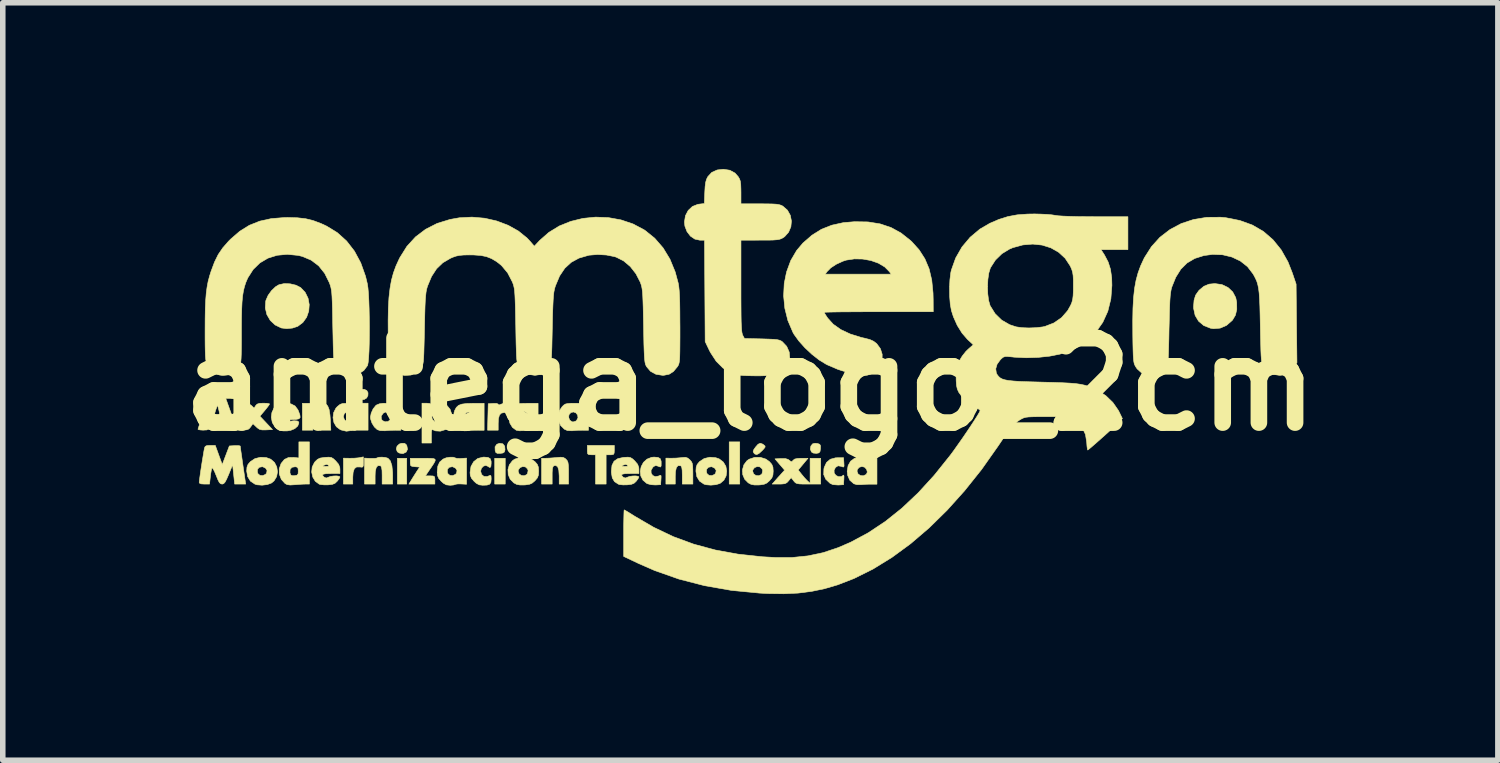
<source format=kicad_pcb>
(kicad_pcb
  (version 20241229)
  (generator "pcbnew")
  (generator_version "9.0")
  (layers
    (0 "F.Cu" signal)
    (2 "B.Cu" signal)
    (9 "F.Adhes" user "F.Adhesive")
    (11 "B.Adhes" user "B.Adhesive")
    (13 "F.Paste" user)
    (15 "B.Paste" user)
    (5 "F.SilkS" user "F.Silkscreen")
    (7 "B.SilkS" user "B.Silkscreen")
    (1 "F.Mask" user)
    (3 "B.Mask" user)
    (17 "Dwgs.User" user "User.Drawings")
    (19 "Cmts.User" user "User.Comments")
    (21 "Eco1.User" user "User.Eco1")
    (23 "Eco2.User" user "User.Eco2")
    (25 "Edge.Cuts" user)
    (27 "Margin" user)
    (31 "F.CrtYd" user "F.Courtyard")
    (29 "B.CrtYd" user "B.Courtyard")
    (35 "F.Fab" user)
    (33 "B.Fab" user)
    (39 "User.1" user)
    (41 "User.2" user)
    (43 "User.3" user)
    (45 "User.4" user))
  (footprint "amtega_logo_2cm"
    (layer "F.Cu")
    (at 10.494 3.889)
    (property "Reference" "amtega_logo_2cm" (at 0 0 0) (layer "F.SilkS") (effects (font (size 1.524 1.524) (thickness 0.3))))
    (attr through_hole)
    (fp_poly (pts (xy -6.9 0.826) (xy -7.091 0.826) (xy -7.091 0.339) (xy -6.9 0.339) (xy -6.9 0.826)) (stroke (width 0.01) (type solid)) (fill yes) (layer "F.SilkS"))
    (fp_poly (pts (xy -6.202 1.799) (xy -6.371 1.799) (xy -6.371 1.333) (xy -6.202 1.333) (xy -6.202 1.799)) (stroke (width 0.01) (type solid)) (fill yes) (layer "F.SilkS"))
    (fp_poly (pts (xy -4.424 1.799) (xy -4.614 1.799) (xy -4.614 1.333) (xy -4.424 1.333) (xy -4.424 1.799)) (stroke (width 0.01) (type solid)) (fill yes) (layer "F.SilkS"))
    (fp_poly (pts (xy -0.191 1.799) (xy -0.381 1.799) (xy -0.381 1.037) (xy -0.191 1.037) (xy -0.191 1.799)) (stroke (width 0.01) (type solid)) (fill yes) (layer "F.SilkS"))
    (fp_poly (pts (xy -4.468 1.072) (xy -4.434 1.114) (xy -4.428 1.179) (xy -4.438 1.219) (xy -4.465 1.238) (xy -4.513 1.245) (xy -4.566 1.245) (xy -4.593 1.23) (xy -4.606 1.194) (xy -4.608 1.126) (xy -4.575 1.08) (xy -4.526 1.063) (xy -4.468 1.072)) (stroke (width 0.01) (type solid)) (fill yes) (layer "F.SilkS"))
    (fp_poly (pts (xy -6.923 0.11) (xy -6.901 0.151) (xy -6.903 0.201) (xy -6.926 0.245) (xy -6.97 0.272) (xy -6.994 0.275) (xy -7.043 0.264) (xy -7.065 0.25) (xy -7.088 0.202) (xy -7.084 0.145) (xy -7.06 0.107) (xy -7.018 0.09) (xy -6.97 0.088) (xy -6.923 0.11)) (stroke (width 0.01) (type solid)) (fill yes) (layer "F.SilkS"))
    (fp_poly (pts (xy -6.239 1.064) (xy -6.209 1.09) (xy -6.2 1.107) (xy -6.188 1.171) (xy -6.212 1.221) (xy -6.264 1.247) (xy -6.285 1.249) (xy -6.339 1.238) (xy -6.372 1.216) (xy -6.391 1.166) (xy -6.377 1.115) (xy -6.336 1.076) (xy -6.292 1.062) (xy -6.239 1.064)) (stroke (width 0.01) (type solid)) (fill yes) (layer "F.SilkS"))
    (fp_poly (pts (xy 1.215 1.067) (xy 1.253 1.081) (xy 1.267 1.108) (xy 1.266 1.16) (xy 1.258 1.212) (xy 1.237 1.236) (xy 1.194 1.245) (xy 1.135 1.239) (xy 1.103 1.219) (xy 1.083 1.168) (xy 1.093 1.112) (xy 1.124 1.073) (xy 1.169 1.062) (xy 1.215 1.067)) (stroke (width 0.01) (type solid)) (fill yes) (layer "F.SilkS"))
    (fp_poly (pts (xy -4.013 1.076) (xy -3.991 1.091) (xy -3.968 1.111) (xy -3.966 1.131) (xy -3.989 1.162) (xy -4.022 1.196) (xy -4.078 1.248) (xy -4.119 1.267) (xy -4.152 1.256) (xy -4.17 1.238) (xy -4.182 1.212) (xy -4.171 1.178) (xy -4.14 1.132) (xy -4.093 1.08) (xy -4.054 1.062) (xy -4.013 1.076)) (stroke (width 0.01) (type solid)) (fill yes) (layer "F.SilkS"))
    (fp_poly (pts (xy 0.22 1.076) (xy 0.242 1.091) (xy 0.265 1.111) (xy 0.267 1.131) (xy 0.244 1.162) (xy 0.212 1.196) (xy 0.155 1.248) (xy 0.114 1.267) (xy 0.081 1.256) (xy 0.064 1.238) (xy 0.051 1.212) (xy 0.062 1.178) (xy 0.094 1.132) (xy 0.14 1.08) (xy 0.179 1.062) (xy 0.22 1.076)) (stroke (width 0.01) (type solid)) (fill yes) (layer "F.SilkS"))
    (fp_poly (pts (xy -2.455 1.185) (xy -2.458 1.24) (xy -2.471 1.264) (xy -2.508 1.27) (xy -2.529 1.27) (xy -2.603 1.27) (xy -2.603 1.799) (xy -2.794 1.799) (xy -2.794 1.27) (xy -2.868 1.27) (xy -2.916 1.267) (xy -2.937 1.252) (xy -2.942 1.21) (xy -2.942 1.185) (xy -2.942 1.101) (xy -2.455 1.101) (xy -2.455 1.185)) (stroke (width 0.01) (type solid)) (fill yes) (layer "F.SilkS"))
    (fp_poly (pts (xy -6.985 1.405) (xy -6.986 1.464) (xy -6.995 1.49) (xy -7.019 1.494) (xy -7.045 1.49) (xy -7.107 1.49) (xy -7.148 1.522) (xy -7.17 1.589) (xy -7.176 1.674) (xy -7.176 1.799) (xy -7.345 1.799) (xy -7.345 1.331) (xy -7.234 1.333) (xy -7.154 1.332) (xy -7.08 1.326) (xy -7.054 1.322) (xy -6.985 1.308) (xy -6.985 1.405)) (stroke (width 0.01) (type solid)) (fill yes) (layer "F.SilkS"))
    (fp_poly (pts (xy -4.397 0.345) (xy -4.384 0.373) (xy -4.381 0.423) (xy -4.384 0.478) (xy -4.398 0.502) (xy -4.431 0.508) (xy -4.444 0.508) (xy -4.496 0.519) (xy -4.529 0.554) (xy -4.547 0.62) (xy -4.551 0.708) (xy -4.551 0.826) (xy -4.743 0.826) (xy -4.731 0.349) (xy -4.641 0.343) (xy -4.581 0.343) (xy -4.552 0.355) (xy -4.551 0.359) (xy -4.539 0.372) (xy -4.51 0.361) (xy -4.455 0.342) (xy -4.425 0.339) (xy -4.397 0.345)) (stroke (width 0.01) (type solid)) (fill yes) (layer "F.SilkS"))
    (fp_poly (pts (xy -8.307 -1.816) (xy -8.201 -1.791) (xy -8.117 -1.748) (xy -8.035 -1.661) (xy -7.983 -1.555) (xy -7.962 -1.44) (xy -7.971 -1.323) (xy -8.009 -1.213) (xy -8.076 -1.119) (xy -8.17 -1.048) (xy -8.264 -1.017) (xy -8.37 -1.007) (xy -8.466 -1.019) (xy -8.578 -1.073) (xy -8.666 -1.156) (xy -8.727 -1.261) (xy -8.755 -1.38) (xy -8.747 -1.505) (xy -8.742 -1.522) (xy -8.704 -1.608) (xy -8.642 -1.694) (xy -8.568 -1.764) (xy -8.509 -1.799) (xy -8.415 -1.82) (xy -8.307 -1.816)) (stroke (width 0.01) (type solid)) (fill yes) (layer "F.SilkS"))
    (fp_poly (pts (xy 8.513 -1.802) (xy 8.622 -1.75) (xy 8.707 -1.67) (xy 8.762 -1.567) (xy 8.779 -1.484) (xy 8.781 -1.354) (xy 8.757 -1.251) (xy 8.705 -1.163) (xy 8.695 -1.152) (xy 8.595 -1.065) (xy 8.481 -1.016) (xy 8.36 -1.006) (xy 8.305 -1.015) (xy 8.184 -1.063) (xy 8.091 -1.142) (xy 8.029 -1.246) (xy 8.002 -1.372) (xy 8.001 -1.404) (xy 8.01 -1.52) (xy 8.038 -1.611) (xy 8.092 -1.688) (xy 8.103 -1.701) (xy 8.188 -1.772) (xy 8.281 -1.81) (xy 8.386 -1.82) (xy 8.513 -1.802)) (stroke (width 0.01) (type solid)) (fill yes) (layer "F.SilkS"))
    (fp_poly (pts (xy -7.777 0.342) (xy -7.713 0.345) (xy -7.674 0.352) (xy -7.649 0.366) (xy -7.631 0.388) (xy -7.626 0.396) (xy -7.603 0.454) (xy -7.588 0.55) (xy -7.581 0.638) (xy -7.572 0.826) (xy -7.766 0.826) (xy -7.773 0.661) (xy -7.776 0.579) (xy -7.782 0.53) (xy -7.793 0.506) (xy -7.812 0.498) (xy -7.832 0.497) (xy -7.858 0.5) (xy -7.875 0.512) (xy -7.883 0.543) (xy -7.888 0.601) (xy -7.891 0.661) (xy -7.897 0.826) (xy -8.086 0.826) (xy -8.086 0.341) (xy -7.874 0.341) (xy -7.777 0.342)) (stroke (width 0.01) (type solid)) (fill yes) (layer "F.SilkS"))
    (fp_poly (pts (xy -6.587 1.319) (xy -6.541 1.333) (xy -6.498 1.38) (xy -6.47 1.466) (xy -6.457 1.591) (xy -6.456 1.644) (xy -6.456 1.799) (xy -6.646 1.799) (xy -6.646 1.64) (xy -6.648 1.553) (xy -6.656 1.5) (xy -6.67 1.473) (xy -6.678 1.468) (xy -6.723 1.466) (xy -6.753 1.501) (xy -6.77 1.575) (xy -6.773 1.654) (xy -6.773 1.799) (xy -6.964 1.799) (xy -6.964 1.33) (xy -6.858 1.336) (xy -6.795 1.336) (xy -6.75 1.332) (xy -6.739 1.327) (xy -6.705 1.315) (xy -6.648 1.313) (xy -6.587 1.319)) (stroke (width 0.01) (type solid)) (fill yes) (layer "F.SilkS"))
    (fp_poly (pts (xy -1.129 1.33) (xy -1.091 1.362) (xy -1.065 1.391) (xy -1.049 1.423) (xy -1.041 1.467) (xy -1.038 1.535) (xy -1.037 1.608) (xy -1.037 1.799) (xy -1.228 1.799) (xy -1.228 1.64) (xy -1.23 1.553) (xy -1.237 1.5) (xy -1.251 1.473) (xy -1.26 1.468) (xy -1.305 1.466) (xy -1.335 1.501) (xy -1.351 1.575) (xy -1.355 1.654) (xy -1.355 1.799) (xy -1.524 1.799) (xy -1.524 1.331) (xy -1.423 1.332) (xy -1.339 1.33) (xy -1.253 1.323) (xy -1.234 1.32) (xy -1.171 1.316) (xy -1.129 1.33)) (stroke (width 0.01) (type solid)) (fill yes) (layer "F.SilkS"))
    (fp_poly (pts (xy -5.795 1.334) (xy -5.725 1.337) (xy -5.691 1.35) (xy -5.688 1.378) (xy -5.713 1.426) (xy -5.762 1.5) (xy -5.779 1.524) (xy -5.865 1.651) (xy -5.779 1.651) (xy -5.725 1.653) (xy -5.7 1.667) (xy -5.694 1.702) (xy -5.694 1.725) (xy -5.694 1.799) (xy -6.163 1.799) (xy -6.115 1.72) (xy -6.07 1.648) (xy -6.024 1.576) (xy -6.018 1.566) (xy -5.968 1.492) (xy -6.053 1.486) (xy -6.108 1.479) (xy -6.132 1.463) (xy -6.138 1.425) (xy -6.138 1.406) (xy -6.138 1.333) (xy -5.903 1.333) (xy -5.795 1.334)) (stroke (width 0.01) (type solid)) (fill yes) (layer "F.SilkS"))
    (fp_poly (pts (xy -3.378 1.318) (xy -3.345 1.335) (xy -3.326 1.352) (xy -3.304 1.378) (xy -3.291 1.411) (xy -3.284 1.461) (xy -3.281 1.538) (xy -3.281 1.598) (xy -3.281 1.799) (xy -3.45 1.799) (xy -3.45 1.654) (xy -3.457 1.551) (xy -3.477 1.488) (xy -3.511 1.463) (xy -3.545 1.468) (xy -3.562 1.485) (xy -3.573 1.525) (xy -3.577 1.596) (xy -3.577 1.64) (xy -3.577 1.799) (xy -3.768 1.799) (xy -3.768 1.333) (xy -3.697 1.333) (xy -3.636 1.331) (xy -3.554 1.325) (xy -3.498 1.32) (xy -3.424 1.314) (xy -3.378 1.318)) (stroke (width 0.01) (type solid)) (fill yes) (layer "F.SilkS"))
    (fp_poly (pts (xy 1.689 1.413) (xy 1.692 1.469) (xy 1.686 1.491) (xy 1.663 1.488) (xy 1.642 1.479) (xy 1.583 1.469) (xy 1.537 1.499) (xy 1.512 1.549) (xy 1.514 1.601) (xy 1.545 1.642) (xy 1.592 1.666) (xy 1.643 1.663) (xy 1.669 1.646) (xy 1.685 1.637) (xy 1.691 1.658) (xy 1.689 1.714) (xy 1.689 1.714) (xy 1.683 1.81) (xy 1.587 1.816) (xy 1.491 1.809) (xy 1.439 1.785) (xy 1.362 1.712) (xy 1.325 1.628) (xy 1.328 1.528) (xy 1.334 1.498) (xy 1.376 1.408) (xy 1.444 1.351) (xy 1.539 1.325) (xy 1.572 1.324) (xy 1.683 1.323) (xy 1.689 1.413)) (stroke (width 0.01) (type solid)) (fill yes) (layer "F.SilkS"))
    (fp_poly (pts (xy -7.275 0.343) (xy -7.165 0.349) (xy -7.158 0.431) (xy -7.156 0.483) (xy -7.166 0.503) (xy -7.197 0.502) (xy -7.217 0.498) (xy -7.286 0.497) (xy -7.33 0.528) (xy -7.345 0.583) (xy -7.328 0.635) (xy -7.289 0.671) (xy -7.24 0.683) (xy -7.216 0.676) (xy -7.178 0.66) (xy -7.16 0.668) (xy -7.155 0.708) (xy -7.154 0.738) (xy -7.159 0.795) (xy -7.178 0.823) (xy -7.202 0.833) (xy -7.292 0.845) (xy -7.38 0.824) (xy -7.402 0.816) (xy -7.472 0.764) (xy -7.516 0.689) (xy -7.533 0.601) (xy -7.522 0.511) (xy -7.481 0.429) (xy -7.451 0.397) (xy -7.404 0.36) (xy -7.358 0.344) (xy -7.293 0.342) (xy -7.275 0.343)) (stroke (width 0.01) (type solid)) (fill yes) (layer "F.SilkS"))
    (fp_poly (pts (xy -4.805 0.828) (xy -4.916 0.827) (xy -4.997 0.828) (xy -5.074 0.833) (xy -5.101 0.836) (xy -5.164 0.838) (xy -5.216 0.828) (xy -5.218 0.828) (xy -5.284 0.778) (xy -5.331 0.7) (xy -5.353 0.608) (xy -5.353 0.596) (xy -5.163 0.596) (xy -5.144 0.644) (xy -5.104 0.674) (xy -5.08 0.677) (xy -5.036 0.663) (xy -5.021 0.652) (xy -4.995 0.603) (xy -5.001 0.554) (xy -5.03 0.515) (xy -5.076 0.497) (xy -5.122 0.508) (xy -5.157 0.546) (xy -5.163 0.596) (xy -5.353 0.596) (xy -5.349 0.512) (xy -5.335 0.467) (xy -5.306 0.414) (xy -5.266 0.378) (xy -5.208 0.356) (xy -5.123 0.345) (xy -5.009 0.342) (xy -4.805 0.341) (xy -4.805 0.828)) (stroke (width 0.01) (type solid)) (fill yes) (layer "F.SilkS"))
    (fp_poly (pts (xy -3.129 0.341) (xy -2.921 0.341) (xy -2.921 0.828) (xy -3.032 0.827) (xy -3.113 0.828) (xy -3.191 0.834) (xy -3.217 0.837) (xy -3.302 0.833) (xy -3.357 0.808) (xy -3.423 0.743) (xy -3.461 0.658) (xy -3.465 0.596) (xy -3.279 0.596) (xy -3.26 0.644) (xy -3.22 0.674) (xy -3.196 0.677) (xy -3.152 0.663) (xy -3.137 0.652) (xy -3.111 0.603) (xy -3.117 0.554) (xy -3.147 0.515) (xy -3.192 0.497) (xy -3.239 0.508) (xy -3.273 0.546) (xy -3.279 0.596) (xy -3.465 0.596) (xy -3.468 0.564) (xy -3.444 0.472) (xy -3.396 0.401) (xy -3.367 0.373) (xy -3.339 0.355) (xy -3.301 0.346) (xy -3.243 0.341) (xy -3.155 0.34) (xy -3.129 0.341)) (stroke (width 0.01) (type solid)) (fill yes) (layer "F.SilkS"))
    (fp_poly (pts (xy -1.666 1.318) (xy -1.626 1.34) (xy -1.61 1.385) (xy -1.609 1.42) (xy -1.61 1.472) (xy -1.621 1.491) (xy -1.648 1.484) (xy -1.662 1.477) (xy -1.707 1.464) (xy -1.742 1.48) (xy -1.761 1.497) (xy -1.792 1.551) (xy -1.79 1.603) (xy -1.762 1.644) (xy -1.715 1.665) (xy -1.656 1.654) (xy -1.651 1.651) (xy -1.623 1.639) (xy -1.611 1.649) (xy -1.611 1.688) (xy -1.613 1.718) (xy -1.619 1.81) (xy -1.714 1.815) (xy -1.792 1.81) (xy -1.859 1.792) (xy -1.868 1.788) (xy -1.938 1.729) (xy -1.977 1.652) (xy -1.987 1.568) (xy -1.97 1.483) (xy -1.929 1.407) (xy -1.865 1.349) (xy -1.782 1.316) (xy -1.738 1.312) (xy -1.666 1.318)) (stroke (width 0.01) (type solid)) (fill yes) (layer "F.SilkS"))
    (fp_poly (pts (xy 2.016 1.321) (xy 2.081 1.329) (xy 2.161 1.333) (xy 2.185 1.333) (xy 2.286 1.331) (xy 2.286 1.801) (xy 2.185 1.801) (xy 2.102 1.802) (xy 2.019 1.808) (xy 2 1.81) (xy 1.926 1.81) (xy 1.868 1.793) (xy 1.795 1.729) (xy 1.756 1.639) (xy 1.749 1.568) (xy 1.749 1.566) (xy 1.926 1.566) (xy 1.944 1.615) (xy 1.986 1.644) (xy 2.039 1.65) (xy 2.088 1.627) (xy 2.096 1.619) (xy 2.112 1.582) (xy 2.099 1.534) (xy 2.063 1.494) (xy 2.014 1.482) (xy 1.966 1.496) (xy 1.933 1.533) (xy 1.926 1.566) (xy 1.749 1.566) (xy 1.765 1.465) (xy 1.811 1.385) (xy 1.881 1.334) (xy 1.97 1.316) (xy 2.016 1.321)) (stroke (width 0.01) (type solid)) (fill yes) (layer "F.SilkS"))
    (fp_poly (pts (xy -4.735 1.318) (xy -4.695 1.34) (xy -4.679 1.385) (xy -4.678 1.42) (xy -4.683 1.48) (xy -4.699 1.501) (xy -4.729 1.485) (xy -4.737 1.478) (xy -4.777 1.462) (xy -4.82 1.477) (xy -4.855 1.515) (xy -4.868 1.566) (xy -4.851 1.626) (xy -4.808 1.661) (xy -4.749 1.663) (xy -4.723 1.652) (xy -4.694 1.64) (xy -4.681 1.652) (xy -4.678 1.694) (xy -4.678 1.711) (xy -4.683 1.768) (xy -4.705 1.801) (xy -4.752 1.817) (xy -4.83 1.82) (xy -4.893 1.813) (xy -4.946 1.785) (xy -4.987 1.748) (xy -5.034 1.693) (xy -5.055 1.64) (xy -5.059 1.589) (xy -5.042 1.48) (xy -4.994 1.395) (xy -4.92 1.337) (xy -4.824 1.313) (xy -4.808 1.312) (xy -4.735 1.318)) (stroke (width 0.01) (type solid)) (fill yes) (layer "F.SilkS"))
    (fp_poly (pts (xy -3.831 0.828) (xy -3.932 0.827) (xy -4.011 0.828) (xy -4.088 0.833) (xy -4.106 0.836) (xy -4.17 0.837) (xy -4.223 0.828) (xy -4.225 0.827) (xy -4.293 0.777) (xy -4.34 0.7) (xy -4.36 0.607) (xy -4.358 0.58) (xy -4.176 0.58) (xy -4.168 0.63) (xy -4.131 0.666) (xy -4.084 0.677) (xy -4.041 0.663) (xy -4.026 0.652) (xy -4.002 0.602) (xy -4.014 0.546) (xy -4.034 0.52) (xy -4.073 0.491) (xy -4.109 0.496) (xy -4.148 0.529) (xy -4.176 0.58) (xy -4.358 0.58) (xy -4.353 0.51) (xy -4.328 0.444) (xy -4.3 0.399) (xy -4.265 0.37) (xy -4.214 0.352) (xy -4.139 0.344) (xy -4.031 0.342) (xy -4.026 0.342) (xy -3.831 0.342) (xy -3.831 0.828)) (stroke (width 0.01) (type solid)) (fill yes) (layer "F.SilkS"))
    (fp_poly (pts (xy -8.736 1.321) (xy -8.657 1.35) (xy -8.589 1.409) (xy -8.548 1.489) (xy -8.535 1.578) (xy -8.551 1.665) (xy -8.597 1.741) (xy -8.642 1.779) (xy -8.719 1.808) (xy -8.813 1.819) (xy -8.904 1.812) (xy -8.943 1.8) (xy -9.024 1.745) (xy -9.074 1.664) (xy -9.087 1.588) (xy -8.898 1.588) (xy -8.889 1.61) (xy -8.852 1.642) (xy -8.8 1.646) (xy -8.751 1.624) (xy -8.733 1.603) (xy -8.723 1.555) (xy -8.748 1.513) (xy -8.8 1.487) (xy -8.811 1.486) (xy -8.865 1.496) (xy -8.897 1.534) (xy -8.898 1.588) (xy -9.087 1.588) (xy -9.091 1.565) (xy -9.086 1.494) (xy -9.067 1.444) (xy -9.024 1.394) (xy -9.024 1.394) (xy -8.941 1.339) (xy -8.841 1.315) (xy -8.736 1.321)) (stroke (width 0.01) (type solid)) (fill yes) (layer "F.SilkS"))
    (fp_poly (pts (xy -7.959 1.799) (xy -8.03 1.799) (xy -8.091 1.801) (xy -8.173 1.807) (xy -8.225 1.811) (xy -8.307 1.816) (xy -8.362 1.808) (xy -8.398 1.789) (xy -8.465 1.716) (xy -8.501 1.624) (xy -8.502 1.597) (xy -8.31 1.597) (xy -8.31 1.599) (xy -8.293 1.637) (xy -8.261 1.649) (xy -8.228 1.647) (xy -8.182 1.638) (xy -8.163 1.615) (xy -8.16 1.566) (xy -8.164 1.515) (xy -8.184 1.493) (xy -8.214 1.486) (xy -8.274 1.496) (xy -8.308 1.535) (xy -8.31 1.597) (xy -8.502 1.597) (xy -8.504 1.524) (xy -8.471 1.43) (xy -8.468 1.425) (xy -8.41 1.354) (xy -8.338 1.32) (xy -8.244 1.318) (xy -8.241 1.318) (xy -8.149 1.328) (xy -8.149 1.037) (xy -7.959 1.037) (xy -7.959 1.799)) (stroke (width 0.01) (type solid)) (fill yes) (layer "F.SilkS"))
    (fp_poly (pts (xy -0.624 1.323) (xy -0.561 1.345) (xy -0.488 1.401) (xy -0.442 1.477) (xy -0.426 1.564) (xy -0.437 1.652) (xy -0.478 1.73) (xy -0.548 1.788) (xy -0.55 1.788) (xy -0.622 1.81) (xy -0.713 1.818) (xy -0.799 1.811) (xy -0.836 1.8) (xy -0.916 1.746) (xy -0.966 1.664) (xy -0.978 1.588) (xy -0.792 1.588) (xy -0.782 1.61) (xy -0.745 1.642) (xy -0.693 1.646) (xy -0.644 1.624) (xy -0.627 1.603) (xy -0.616 1.555) (xy -0.641 1.513) (xy -0.693 1.487) (xy -0.705 1.486) (xy -0.758 1.496) (xy -0.79 1.534) (xy -0.792 1.588) (xy -0.978 1.588) (xy -0.982 1.565) (xy -0.977 1.494) (xy -0.959 1.444) (xy -0.919 1.396) (xy -0.916 1.393) (xy -0.833 1.338) (xy -0.731 1.314) (xy -0.624 1.323)) (stroke (width 0.01) (type solid)) (fill yes) (layer "F.SilkS"))
    (fp_poly (pts (xy -5.363 1.314) (xy -5.326 1.327) (xy -5.298 1.335) (xy -5.243 1.337) (xy -5.217 1.336) (xy -5.122 1.33) (xy -5.122 1.802) (xy -5.217 1.797) (xy -5.277 1.796) (xy -5.319 1.802) (xy -5.326 1.806) (xy -5.355 1.815) (xy -5.409 1.82) (xy -5.424 1.82) (xy -5.487 1.813) (xy -5.54 1.784) (xy -5.58 1.748) (xy -5.626 1.695) (xy -5.647 1.644) (xy -5.651 1.588) (xy -5.469 1.588) (xy -5.46 1.61) (xy -5.423 1.642) (xy -5.371 1.646) (xy -5.322 1.624) (xy -5.304 1.603) (xy -5.294 1.555) (xy -5.319 1.513) (xy -5.371 1.487) (xy -5.382 1.486) (xy -5.436 1.496) (xy -5.468 1.534) (xy -5.469 1.588) (xy -5.651 1.588) (xy -5.652 1.58) (xy -5.641 1.475) (xy -5.607 1.401) (xy -5.546 1.348) (xy -5.49 1.325) (xy -5.423 1.314) (xy -5.363 1.314)) (stroke (width 0.01) (type solid)) (fill yes) (layer "F.SilkS"))
    (fp_poly (pts (xy -3.953 1.348) (xy -3.888 1.394) (xy -3.845 1.444) (xy -3.826 1.493) (xy -3.821 1.562) (xy -3.821 1.566) (xy -3.825 1.637) (xy -3.844 1.687) (xy -3.885 1.736) (xy -3.888 1.739) (xy -3.936 1.78) (xy -3.984 1.802) (xy -4.052 1.813) (xy -4.079 1.815) (xy -4.161 1.815) (xy -4.219 1.804) (xy -4.27 1.777) (xy -4.335 1.711) (xy -4.37 1.628) (xy -4.373 1.566) (xy -4.191 1.566) (xy -4.174 1.615) (xy -4.132 1.644) (xy -4.082 1.649) (xy -4.036 1.628) (xy -4.022 1.609) (xy -4.011 1.555) (xy -4.022 1.524) (xy -4.06 1.489) (xy -4.11 1.483) (xy -4.157 1.502) (xy -4.187 1.542) (xy -4.191 1.566) (xy -4.373 1.566) (xy -4.375 1.538) (xy -4.35 1.451) (xy -4.295 1.379) (xy -4.255 1.35) (xy -4.156 1.317) (xy -4.051 1.317) (xy -3.953 1.348)) (stroke (width 0.01) (type solid)) (fill yes) (layer "F.SilkS"))
    (fp_poly (pts (xy 0.281 1.348) (xy 0.345 1.394) (xy 0.388 1.444) (xy 0.408 1.493) (xy 0.413 1.562) (xy 0.413 1.566) (xy 0.408 1.637) (xy 0.389 1.687) (xy 0.348 1.736) (xy 0.345 1.739) (xy 0.298 1.78) (xy 0.249 1.802) (xy 0.181 1.813) (xy 0.154 1.815) (xy 0.072 1.815) (xy 0.014 1.804) (xy -0.037 1.777) (xy -0.102 1.711) (xy -0.137 1.628) (xy -0.14 1.566) (xy 0.042 1.566) (xy 0.059 1.615) (xy 0.101 1.644) (xy 0.152 1.649) (xy 0.197 1.628) (xy 0.212 1.609) (xy 0.223 1.555) (xy 0.212 1.524) (xy 0.174 1.489) (xy 0.123 1.483) (xy 0.076 1.502) (xy 0.046 1.542) (xy 0.042 1.566) (xy -0.14 1.566) (xy -0.141 1.538) (xy -0.116 1.451) (xy -0.062 1.379) (xy -0.021 1.35) (xy 0.078 1.317) (xy 0.183 1.317) (xy 0.281 1.348)) (stroke (width 0.01) (type solid)) (fill yes) (layer "F.SilkS"))
    (fp_poly (pts (xy -6.308 0.828) (xy -6.408 0.827) (xy -6.492 0.829) (xy -6.574 0.834) (xy -6.593 0.837) (xy -6.681 0.834) (xy -6.734 0.816) (xy -6.786 0.768) (xy -6.83 0.697) (xy -6.855 0.622) (xy -6.858 0.594) (xy -6.854 0.573) (xy -6.663 0.573) (xy -6.66 0.626) (xy -6.642 0.652) (xy -6.594 0.675) (xy -6.541 0.67) (xy -6.501 0.64) (xy -6.499 0.637) (xy -6.487 0.582) (xy -6.505 0.535) (xy -6.542 0.505) (xy -6.589 0.5) (xy -6.627 0.52) (xy -6.663 0.573) (xy -6.854 0.573) (xy -6.844 0.52) (xy -6.809 0.442) (xy -6.762 0.383) (xy -6.75 0.373) (xy -6.695 0.35) (xy -6.625 0.34) (xy -6.557 0.343) (xy -6.508 0.359) (xy -6.502 0.364) (xy -6.481 0.379) (xy -6.477 0.364) (xy -6.458 0.347) (xy -6.405 0.339) (xy -6.392 0.339) (xy -6.308 0.339) (xy -6.308 0.828)) (stroke (width 0.01) (type solid)) (fill yes) (layer "F.SilkS"))
    (fp_poly (pts (xy 0.953 1.439) (xy 0.864 1.545) (xy 0.927 1.624) (xy 0.975 1.682) (xy 1.022 1.732) (xy 1.035 1.744) (xy 1.079 1.785) (xy 1.079 1.333) (xy 1.27 1.333) (xy 1.27 1.799) (xy 1.049 1.799) (xy 0.95 1.799) (xy 0.884 1.796) (xy 0.842 1.789) (xy 0.815 1.776) (xy 0.793 1.754) (xy 0.783 1.741) (xy 0.737 1.683) (xy 0.69 1.741) (xy 0.659 1.774) (xy 0.623 1.792) (xy 0.568 1.798) (xy 0.519 1.799) (xy 0.395 1.799) (xy 0.446 1.741) (xy 0.495 1.685) (xy 0.55 1.625) (xy 0.558 1.615) (xy 0.619 1.548) (xy 0.532 1.446) (xy 0.445 1.344) (xy 0.553 1.338) (xy 0.631 1.338) (xy 0.682 1.354) (xy 0.703 1.369) (xy 0.735 1.394) (xy 0.755 1.39) (xy 0.772 1.37) (xy 0.802 1.347) (xy 0.856 1.336) (xy 0.92 1.333) (xy 1.041 1.333) (xy 0.953 1.439)) (stroke (width 0.01) (type solid)) (fill yes) (layer "F.SilkS"))
    (fp_poly (pts (xy -5.784 0.345) (xy -5.758 0.36) (xy -5.757 0.364) (xy -5.751 0.379) (xy -5.732 0.364) (xy -5.686 0.343) (xy -5.618 0.339) (xy -5.545 0.35) (xy -5.484 0.376) (xy -5.475 0.382) (xy -5.419 0.45) (xy -5.39 0.536) (xy -5.389 0.629) (xy -5.414 0.716) (xy -5.465 0.787) (xy -5.507 0.817) (xy -5.595 0.844) (xy -5.681 0.839) (xy -5.716 0.825) (xy -5.739 0.816) (xy -5.751 0.825) (xy -5.756 0.86) (xy -5.757 0.93) (xy -5.757 1.058) (xy -5.927 1.058) (xy -5.927 0.581) (xy -5.75 0.581) (xy -5.74 0.632) (xy -5.703 0.668) (xy -5.662 0.677) (xy -5.61 0.66) (xy -5.584 0.625) (xy -5.572 0.578) (xy -5.59 0.54) (xy -5.599 0.529) (xy -5.636 0.497) (xy -5.662 0.487) (xy -5.694 0.501) (xy -5.726 0.529) (xy -5.75 0.581) (xy -5.927 0.581) (xy -5.927 0.339) (xy -5.842 0.339) (xy -5.784 0.345)) (stroke (width 0.01) (type solid)) (fill yes) (layer "F.SilkS"))
    (fp_poly (pts (xy -9.595 1.274) (xy -9.532 1.447) (xy -9.468 1.279) (xy -9.404 1.111) (xy -9.306 1.105) (xy -9.248 1.104) (xy -9.212 1.11) (xy -9.207 1.115) (xy -9.204 1.141) (xy -9.196 1.201) (xy -9.183 1.288) (xy -9.168 1.395) (xy -9.158 1.466) (xy -9.109 1.799) (xy -9.308 1.799) (xy -9.345 1.45) (xy -9.416 1.625) (xy -9.453 1.71) (xy -9.481 1.763) (xy -9.505 1.79) (xy -9.53 1.799) (xy -9.535 1.799) (xy -9.562 1.793) (xy -9.586 1.769) (xy -9.611 1.72) (xy -9.643 1.641) (xy -9.673 1.569) (xy -9.699 1.522) (xy -9.715 1.506) (xy -9.718 1.509) (xy -9.728 1.542) (xy -9.739 1.604) (xy -9.747 1.667) (xy -9.762 1.799) (xy -9.855 1.799) (xy -9.917 1.795) (xy -9.945 1.78) (xy -9.948 1.767) (xy -9.945 1.735) (xy -9.936 1.67) (xy -9.924 1.583) (xy -9.909 1.484) (xy -9.893 1.382) (xy -9.877 1.287) (xy -9.864 1.208) (xy -9.854 1.156) (xy -9.853 1.148) (xy -9.839 1.118) (xy -9.809 1.104) (xy -9.75 1.101) (xy -9.658 1.101) (xy -9.595 1.274)) (stroke (width 0.01) (type solid)) (fill yes) (layer "F.SilkS"))
    (fp_poly (pts (xy -2.163 1.321) (xy -2.124 1.345) (xy -2.085 1.382) (xy -2.035 1.441) (xy -2.014 1.496) (xy -2.011 1.532) (xy -2.011 1.609) (xy -2.17 1.609) (xy -2.259 1.611) (xy -2.31 1.62) (xy -2.325 1.636) (xy -2.308 1.662) (xy -2.295 1.674) (xy -2.258 1.69) (xy -2.221 1.676) (xy -2.179 1.661) (xy -2.123 1.653) (xy -2.066 1.652) (xy -2.024 1.659) (xy -2.011 1.671) (xy -2.024 1.699) (xy -2.055 1.742) (xy -2.06 1.748) (xy -2.1 1.785) (xy -2.149 1.804) (xy -2.224 1.813) (xy -2.224 1.813) (xy -2.297 1.814) (xy -2.358 1.808) (xy -2.381 1.801) (xy -2.451 1.756) (xy -2.492 1.687) (xy -2.508 1.591) (xy -2.508 1.565) (xy -2.498 1.471) (xy -2.319 1.471) (xy -2.314 1.478) (xy -2.271 1.48) (xy -2.266 1.48) (xy -2.22 1.478) (xy -2.21 1.467) (xy -2.218 1.457) (xy -2.25 1.443) (xy -2.291 1.456) (xy -2.319 1.471) (xy -2.498 1.471) (xy -2.497 1.46) (xy -2.46 1.387) (xy -2.394 1.341) (xy -2.294 1.318) (xy -2.277 1.317) (xy -2.208 1.313) (xy -2.163 1.321)) (stroke (width 0.01) (type solid)) (fill yes) (layer "F.SilkS"))
    (fp_poly (pts (xy -8.292 0.351) (xy -8.218 0.389) (xy -8.166 0.459) (xy -8.158 0.478) (xy -8.131 0.55) (xy -8.126 0.596) (xy -8.148 0.621) (xy -8.202 0.632) (xy -8.293 0.635) (xy -8.297 0.635) (xy -8.381 0.636) (xy -8.431 0.641) (xy -8.452 0.65) (xy -8.454 0.666) (xy -8.453 0.667) (xy -8.425 0.691) (xy -8.379 0.698) (xy -8.339 0.687) (xy -8.329 0.677) (xy -8.301 0.664) (xy -8.249 0.657) (xy -8.233 0.656) (xy -8.177 0.66) (xy -8.153 0.676) (xy -8.149 0.695) (xy -8.169 0.75) (xy -8.221 0.797) (xy -8.296 0.829) (xy -8.355 0.839) (xy -8.425 0.84) (xy -8.482 0.833) (xy -8.498 0.828) (xy -8.578 0.771) (xy -8.629 0.689) (xy -8.647 0.591) (xy -8.636 0.508) (xy -8.626 0.487) (xy -8.435 0.487) (xy -8.427 0.502) (xy -8.385 0.508) (xy -8.382 0.508) (xy -8.339 0.502) (xy -8.329 0.488) (xy -8.329 0.487) (xy -8.359 0.469) (xy -8.382 0.466) (xy -8.422 0.476) (xy -8.435 0.487) (xy -8.626 0.487) (xy -8.596 0.421) (xy -8.53 0.365) (xy -8.436 0.34) (xy -8.394 0.339) (xy -8.292 0.351)) (stroke (width 0.01) (type solid)) (fill yes) (layer "F.SilkS"))
    (fp_poly (pts (xy -7.561 1.32) (xy -7.524 1.343) (xy -7.483 1.382) (xy -7.433 1.441) (xy -7.411 1.496) (xy -7.408 1.532) (xy -7.408 1.609) (xy -7.567 1.609) (xy -7.657 1.611) (xy -7.708 1.62) (xy -7.723 1.636) (xy -7.706 1.662) (xy -7.692 1.674) (xy -7.656 1.69) (xy -7.619 1.676) (xy -7.577 1.661) (xy -7.52 1.653) (xy -7.464 1.652) (xy -7.422 1.659) (xy -7.408 1.671) (xy -7.421 1.699) (xy -7.452 1.742) (xy -7.458 1.748) (xy -7.497 1.785) (xy -7.546 1.804) (xy -7.622 1.813) (xy -7.622 1.813) (xy -7.695 1.813) (xy -7.758 1.807) (xy -7.781 1.801) (xy -7.852 1.749) (xy -7.898 1.673) (xy -7.918 1.583) (xy -7.909 1.492) (xy -7.899 1.471) (xy -7.717 1.471) (xy -7.712 1.478) (xy -7.669 1.48) (xy -7.663 1.48) (xy -7.617 1.478) (xy -7.607 1.467) (xy -7.615 1.457) (xy -7.648 1.443) (xy -7.688 1.456) (xy -7.717 1.471) (xy -7.899 1.471) (xy -7.868 1.409) (xy -7.856 1.394) (xy -7.813 1.353) (xy -7.766 1.33) (xy -7.697 1.319) (xy -7.677 1.317) (xy -7.607 1.313) (xy -7.561 1.32)) (stroke (width 0.01) (type solid)) (fill yes) (layer "F.SilkS"))
    (fp_poly (pts (xy 2.124 -2.933) (xy 2.343 -2.898) (xy 2.54 -2.832) (xy 2.722 -2.732) (xy 2.893 -2.596) (xy 2.913 -2.578) (xy 3.047 -2.429) (xy 3.151 -2.267) (xy 3.227 -2.087) (xy 3.275 -1.882) (xy 3.298 -1.649) (xy 3.301 -1.529) (xy 3.302 -1.312) (xy 2.318 -1.312) (xy 2.118 -1.312) (xy 1.932 -1.311) (xy 1.764 -1.31) (xy 1.617 -1.309) (xy 1.497 -1.307) (xy 1.407 -1.305) (xy 1.351 -1.303) (xy 1.333 -1.3) (xy 1.345 -1.277) (xy 1.373 -1.232) (xy 1.396 -1.198) (xy 1.496 -1.087) (xy 1.633 -0.99) (xy 1.803 -0.91) (xy 2.001 -0.848) (xy 2.06 -0.835) (xy 2.157 -0.81) (xy 2.225 -0.779) (xy 2.28 -0.737) (xy 2.281 -0.736) (xy 2.348 -0.645) (xy 2.38 -0.544) (xy 2.379 -0.44) (xy 2.348 -0.343) (xy 2.289 -0.259) (xy 2.204 -0.196) (xy 2.106 -0.165) (xy 2.046 -0.162) (xy 1.97 -0.167) (xy 1.94 -0.171) (xy 1.765 -0.211) (xy 1.577 -0.273) (xy 1.395 -0.351) (xy 1.365 -0.366) (xy 1.241 -0.442) (xy 1.111 -0.544) (xy 0.986 -0.661) (xy 0.876 -0.784) (xy 0.79 -0.903) (xy 0.768 -0.942) (xy 0.678 -1.153) (xy 0.623 -1.374) (xy 0.601 -1.598) (xy 0.612 -1.821) (xy 0.646 -1.99) (xy 1.352 -1.99) (xy 2.542 -1.99) (xy 2.512 -2.033) (xy 2.428 -2.119) (xy 2.313 -2.188) (xy 2.178 -2.236) (xy 2.03 -2.263) (xy 1.879 -2.266) (xy 1.733 -2.244) (xy 1.671 -2.224) (xy 1.551 -2.169) (xy 1.452 -2.104) (xy 1.384 -2.035) (xy 1.383 -2.033) (xy 1.352 -1.99) (xy 0.646 -1.99) (xy 0.656 -2.035) (xy 0.73 -2.236) (xy 0.836 -2.417) (xy 0.949 -2.551) (xy 1.112 -2.693) (xy 1.283 -2.8) (xy 1.47 -2.874) (xy 1.679 -2.92) (xy 1.88 -2.937) (xy 2.124 -2.933)) (stroke (width 0.01) (type solid)) (fill yes) (layer "F.SilkS"))
    (fp_poly (pts (xy -9.62 0.127) (xy -9.514 0.127) (xy -9.4 0.445) (xy -9.361 0.552) (xy -9.325 0.644) (xy -9.296 0.714) (xy -9.277 0.754) (xy -9.27 0.762) (xy -9.251 0.747) (xy -9.215 0.71) (xy -9.172 0.661) (xy -9.133 0.613) (xy -9.107 0.576) (xy -9.102 0.564) (xy -9.114 0.543) (xy -9.148 0.501) (xy -9.19 0.451) (xy -9.278 0.349) (xy -9.166 0.343) (xy -9.092 0.342) (xy -9.044 0.354) (xy -9.005 0.382) (xy -8.957 0.428) (xy -8.929 0.383) (xy -8.903 0.356) (xy -8.862 0.342) (xy -8.792 0.339) (xy -8.79 0.339) (xy -8.727 0.341) (xy -8.687 0.348) (xy -8.678 0.353) (xy -8.691 0.376) (xy -8.724 0.42) (xy -8.765 0.471) (xy -8.852 0.574) (xy -8.739 0.694) (xy -8.625 0.815) (xy -8.739 0.821) (xy -8.811 0.822) (xy -8.858 0.812) (xy -8.898 0.785) (xy -8.916 0.768) (xy -8.978 0.709) (xy -9.02 0.767) (xy -9.042 0.794) (xy -9.065 0.811) (xy -9.1 0.82) (xy -9.156 0.824) (xy -9.242 0.825) (xy -9.27 0.826) (xy -9.366 0.825) (xy -9.427 0.822) (xy -9.462 0.816) (xy -9.48 0.803) (xy -9.489 0.781) (xy -9.491 0.773) (xy -9.503 0.742) (xy -9.527 0.726) (xy -9.573 0.72) (xy -9.617 0.72) (xy -9.685 0.722) (xy -9.723 0.733) (xy -9.746 0.756) (xy -9.754 0.773) (xy -9.776 0.806) (xy -9.81 0.822) (xy -9.872 0.825) (xy -9.874 0.826) (xy -9.931 0.822) (xy -9.965 0.814) (xy -9.97 0.81) (xy -9.963 0.785) (xy -9.944 0.728) (xy -9.915 0.645) (xy -9.879 0.544) (xy -9.876 0.537) (xy -9.668 0.537) (xy -9.652 0.549) (xy -9.623 0.55) (xy -9.592 0.548) (xy -9.581 0.532) (xy -9.587 0.493) (xy -9.594 0.461) (xy -9.617 0.372) (xy -9.644 0.445) (xy -9.664 0.506) (xy -9.668 0.537) (xy -9.876 0.537) (xy -9.848 0.461) (xy -9.726 0.127) (xy -9.62 0.127)) (stroke (width 0.01) (type solid)) (fill yes) (layer "F.SilkS"))
    (fp_poly (pts (xy -0.37 -3.866) (xy -0.276 -3.815) (xy -0.218 -3.749) (xy -0.195 -3.709) (xy -0.18 -3.667) (xy -0.173 -3.611) (xy -0.17 -3.529) (xy -0.169 -3.468) (xy -0.169 -3.26) (xy 0.175 -3.26) (xy 0.306 -3.259) (xy 0.402 -3.257) (xy 0.471 -3.253) (xy 0.519 -3.245) (xy 0.555 -3.234) (xy 0.585 -3.219) (xy 0.588 -3.217) (xy 0.67 -3.145) (xy 0.722 -3.052) (xy 0.742 -2.949) (xy 0.732 -2.845) (xy 0.691 -2.748) (xy 0.619 -2.667) (xy 0.588 -2.646) (xy 0.557 -2.63) (xy 0.522 -2.618) (xy 0.475 -2.611) (xy 0.408 -2.606) (xy 0.314 -2.604) (xy 0.186 -2.604) (xy 0.175 -2.604) (xy -0.169 -2.603) (xy -0.169 -1.777) (xy -0.169 -1.562) (xy -0.168 -1.385) (xy -0.167 -1.242) (xy -0.165 -1.13) (xy -0.161 -1.044) (xy -0.157 -0.981) (xy -0.151 -0.936) (xy -0.144 -0.906) (xy -0.138 -0.889) (xy -0.106 -0.829) (xy 0.206 -0.822) (xy 0.331 -0.818) (xy 0.421 -0.814) (xy 0.483 -0.808) (xy 0.526 -0.798) (xy 0.557 -0.784) (xy 0.575 -0.773) (xy 0.656 -0.688) (xy 0.702 -0.584) (xy 0.712 -0.472) (xy 0.683 -0.359) (xy 0.673 -0.339) (xy 0.635 -0.274) (xy 0.591 -0.227) (xy 0.535 -0.194) (xy 0.46 -0.173) (xy 0.358 -0.161) (xy 0.223 -0.156) (xy 0.191 -0.155) (xy 0.074 -0.155) (xy -0.038 -0.157) (xy -0.132 -0.161) (xy -0.197 -0.167) (xy -0.202 -0.168) (xy -0.356 -0.213) (xy -0.495 -0.297) (xy -0.616 -0.418) (xy -0.718 -0.574) (xy -0.739 -0.614) (xy -0.815 -0.773) (xy -0.821 -1.688) (xy -0.827 -2.603) (xy -0.909 -2.603) (xy -1.001 -2.623) (xy -1.081 -2.677) (xy -1.143 -2.758) (xy -1.181 -2.857) (xy -1.189 -2.932) (xy -1.171 -3.046) (xy -1.121 -3.141) (xy -1.045 -3.212) (xy -0.947 -3.251) (xy -0.924 -3.254) (xy -0.83 -3.265) (xy -0.822 -3.469) (xy -0.816 -3.574) (xy -0.806 -3.649) (xy -0.79 -3.704) (xy -0.767 -3.75) (xy -0.696 -3.827) (xy -0.598 -3.871) (xy -0.487 -3.884) (xy -0.37 -3.866)) (stroke (width 0.01) (type solid)) (fill yes) (layer "F.SilkS"))
    (fp_poly (pts (xy 8.584 -3.009) (xy 8.836 -2.959) (xy 9.062 -2.877) (xy 9.262 -2.761) (xy 9.435 -2.611) (xy 9.583 -2.428) (xy 9.705 -2.212) (xy 9.784 -2.011) (xy 9.852 -1.81) (xy 9.859 -1.101) (xy 9.867 -0.392) (xy 9.818 -0.319) (xy 9.747 -0.234) (xy 9.671 -0.185) (xy 9.58 -0.165) (xy 9.55 -0.164) (xy 9.43 -0.183) (xy 9.332 -0.237) (xy 9.26 -0.321) (xy 9.248 -0.344) (xy 9.239 -0.37) (xy 9.231 -0.406) (xy 9.225 -0.455) (xy 9.22 -0.523) (xy 9.216 -0.615) (xy 9.213 -0.735) (xy 9.209 -0.889) (xy 9.206 -1.048) (xy 9.202 -1.247) (xy 9.198 -1.41) (xy 9.192 -1.541) (xy 9.185 -1.646) (xy 9.175 -1.729) (xy 9.161 -1.798) (xy 9.144 -1.856) (xy 9.121 -1.909) (xy 9.093 -1.963) (xy 9.073 -1.997) (xy 8.974 -2.126) (xy 8.846 -2.227) (xy 8.695 -2.299) (xy 8.526 -2.34) (xy 8.345 -2.347) (xy 8.187 -2.326) (xy 8.023 -2.274) (xy 7.885 -2.193) (xy 7.771 -2.08) (xy 7.679 -1.933) (xy 7.608 -1.757) (xy 7.597 -1.716) (xy 7.588 -1.666) (xy 7.58 -1.602) (xy 7.574 -1.519) (xy 7.569 -1.411) (xy 7.565 -1.274) (xy 7.561 -1.103) (xy 7.558 -1.002) (xy 7.555 -0.82) (xy 7.551 -0.675) (xy 7.548 -0.563) (xy 7.544 -0.479) (xy 7.538 -0.417) (xy 7.532 -0.374) (xy 7.524 -0.344) (xy 7.514 -0.322) (xy 7.502 -0.304) (xy 7.415 -0.217) (xy 7.315 -0.169) (xy 7.204 -0.162) (xy 7.165 -0.169) (xy 7.062 -0.209) (xy 6.983 -0.28) (xy 6.957 -0.318) (xy 6.943 -0.343) (xy 6.931 -0.371) (xy 6.923 -0.407) (xy 6.917 -0.456) (xy 6.912 -0.526) (xy 6.909 -0.62) (xy 6.906 -0.746) (xy 6.904 -0.897) (xy 6.903 -1.154) (xy 6.907 -1.376) (xy 6.918 -1.567) (xy 6.936 -1.733) (xy 6.963 -1.88) (xy 6.999 -2.013) (xy 7.045 -2.139) (xy 7.102 -2.263) (xy 7.115 -2.289) (xy 7.241 -2.487) (xy 7.395 -2.657) (xy 7.576 -2.796) (xy 7.779 -2.904) (xy 8.001 -2.977) (xy 8.239 -3.016) (xy 8.489 -3.018) (xy 8.584 -3.009)) (stroke (width 0.01) (type solid)) (fill yes) (layer "F.SilkS"))
    (fp_poly (pts (xy -8.175 -3.008) (xy -8.026 -2.991) (xy -7.889 -2.957) (xy -7.748 -2.904) (xy -7.649 -2.858) (xy -7.456 -2.74) (xy -7.288 -2.589) (xy -7.146 -2.406) (xy -7.032 -2.194) (xy -6.946 -1.953) (xy -6.913 -1.816) (xy -6.902 -1.742) (xy -6.893 -1.638) (xy -6.886 -1.51) (xy -6.881 -1.364) (xy -6.878 -1.208) (xy -6.876 -1.047) (xy -6.877 -0.888) (xy -6.879 -0.737) (xy -6.883 -0.601) (xy -6.89 -0.486) (xy -6.898 -0.399) (xy -6.908 -0.346) (xy -6.911 -0.339) (xy -6.977 -0.251) (xy -7.064 -0.194) (xy -7.163 -0.166) (xy -7.266 -0.169) (xy -7.363 -0.203) (xy -7.445 -0.268) (xy -7.482 -0.318) (xy -7.494 -0.341) (xy -7.504 -0.368) (xy -7.511 -0.404) (xy -7.518 -0.452) (xy -7.523 -0.52) (xy -7.527 -0.61) (xy -7.53 -0.728) (xy -7.533 -0.88) (xy -7.537 -1.048) (xy -7.54 -1.233) (xy -7.543 -1.381) (xy -7.547 -1.498) (xy -7.551 -1.588) (xy -7.556 -1.657) (xy -7.563 -1.71) (xy -7.572 -1.754) (xy -7.583 -1.792) (xy -7.597 -1.831) (xy -7.599 -1.836) (xy -7.683 -2.005) (xy -7.792 -2.141) (xy -7.927 -2.243) (xy -8.085 -2.31) (xy -8.163 -2.329) (xy -8.359 -2.348) (xy -8.542 -2.331) (xy -8.708 -2.279) (xy -8.853 -2.193) (xy -8.974 -2.075) (xy -9.068 -1.928) (xy -9.076 -1.912) (xy -9.107 -1.839) (xy -9.131 -1.766) (xy -9.15 -1.687) (xy -9.165 -1.596) (xy -9.175 -1.487) (xy -9.181 -1.355) (xy -9.185 -1.194) (xy -9.186 -0.998) (xy -9.186 -0.94) (xy -9.186 -0.772) (xy -9.187 -0.642) (xy -9.189 -0.543) (xy -9.192 -0.47) (xy -9.196 -0.418) (xy -9.203 -0.381) (xy -9.212 -0.354) (xy -9.225 -0.331) (xy -9.234 -0.317) (xy -9.317 -0.225) (xy -9.414 -0.173) (xy -9.525 -0.161) (xy -9.583 -0.17) (xy -9.688 -0.211) (xy -9.766 -0.284) (xy -9.801 -0.346) (xy -9.814 -0.377) (xy -9.823 -0.412) (xy -9.831 -0.457) (xy -9.836 -0.517) (xy -9.839 -0.599) (xy -9.841 -0.708) (xy -9.842 -0.849) (xy -9.842 -0.977) (xy -9.841 -1.192) (xy -9.838 -1.371) (xy -9.831 -1.52) (xy -9.821 -1.647) (xy -9.806 -1.758) (xy -9.787 -1.859) (xy -9.761 -1.956) (xy -9.734 -2.042) (xy -9.672 -2.208) (xy -9.605 -2.344) (xy -9.522 -2.466) (xy -9.417 -2.586) (xy -9.378 -2.625) (xy -9.216 -2.765) (xy -9.044 -2.872) (xy -8.856 -2.947) (xy -8.647 -2.993) (xy -8.41 -3.012) (xy -8.35 -3.013) (xy -8.175 -3.008)) (stroke (width 0.01) (type solid)) (fill yes) (layer "F.SilkS"))
    (fp_poly (pts (xy -2.562 -3.011) (xy -2.335 -2.97) (xy -2.118 -2.897) (xy -1.916 -2.79) (xy -1.902 -2.781) (xy -1.726 -2.639) (xy -1.575 -2.465) (xy -1.451 -2.261) (xy -1.356 -2.03) (xy -1.302 -1.83) (xy -1.292 -1.771) (xy -1.284 -1.696) (xy -1.278 -1.599) (xy -1.274 -1.476) (xy -1.272 -1.322) (xy -1.271 -1.133) (xy -1.27 -1.035) (xy -1.27 -0.852) (xy -1.271 -0.707) (xy -1.272 -0.594) (xy -1.274 -0.509) (xy -1.277 -0.447) (xy -1.283 -0.402) (xy -1.29 -0.371) (xy -1.299 -0.347) (xy -1.312 -0.326) (xy -1.318 -0.317) (xy -1.389 -0.232) (xy -1.465 -0.184) (xy -1.559 -0.165) (xy -1.584 -0.164) (xy -1.704 -0.183) (xy -1.802 -0.237) (xy -1.873 -0.321) (xy -1.885 -0.344) (xy -1.895 -0.37) (xy -1.902 -0.405) (xy -1.908 -0.454) (xy -1.913 -0.522) (xy -1.917 -0.612) (xy -1.921 -0.732) (xy -1.924 -0.884) (xy -1.927 -1.058) (xy -1.931 -1.245) (xy -1.934 -1.395) (xy -1.938 -1.513) (xy -1.942 -1.605) (xy -1.947 -1.675) (xy -1.954 -1.728) (xy -1.962 -1.771) (xy -1.973 -1.808) (xy -1.986 -1.844) (xy -1.987 -1.847) (xy -2.065 -1.998) (xy -2.167 -2.128) (xy -2.288 -2.23) (xy -2.421 -2.297) (xy -2.452 -2.307) (xy -2.598 -2.336) (xy -2.757 -2.345) (xy -2.906 -2.333) (xy -2.925 -2.329) (xy -3.093 -2.28) (xy -3.233 -2.204) (xy -3.349 -2.097) (xy -3.443 -1.957) (xy -3.517 -1.781) (xy -3.525 -1.757) (xy -3.536 -1.716) (xy -3.546 -1.666) (xy -3.553 -1.602) (xy -3.559 -1.519) (xy -3.564 -1.411) (xy -3.569 -1.274) (xy -3.573 -1.103) (xy -3.575 -1.002) (xy -3.579 -0.82) (xy -3.582 -0.675) (xy -3.586 -0.563) (xy -3.59 -0.479) (xy -3.595 -0.417) (xy -3.602 -0.374) (xy -3.61 -0.344) (xy -3.62 -0.322) (xy -3.631 -0.304) (xy -3.705 -0.224) (xy -3.783 -0.18) (xy -3.878 -0.165) (xy -3.891 -0.164) (xy -4.011 -0.183) (xy -4.109 -0.237) (xy -4.18 -0.321) (xy -4.192 -0.344) (xy -4.202 -0.37) (xy -4.21 -0.405) (xy -4.216 -0.454) (xy -4.221 -0.521) (xy -4.224 -0.612) (xy -4.228 -0.731) (xy -4.231 -0.883) (xy -4.234 -1.058) (xy -4.238 -1.245) (xy -4.241 -1.395) (xy -4.245 -1.513) (xy -4.249 -1.605) (xy -4.254 -1.674) (xy -4.26 -1.728) (xy -4.269 -1.77) (xy -4.279 -1.807) (xy -4.293 -1.843) (xy -4.294 -1.847) (xy -4.38 -2.013) (xy -4.492 -2.147) (xy -4.58 -2.217) (xy -4.671 -2.271) (xy -4.763 -2.307) (xy -4.866 -2.328) (xy -4.994 -2.337) (xy -5.069 -2.338) (xy -5.174 -2.336) (xy -5.25 -2.329) (xy -5.312 -2.316) (xy -5.375 -2.294) (xy -5.413 -2.277) (xy -5.551 -2.196) (xy -5.663 -2.088) (xy -5.754 -1.949) (xy -5.827 -1.774) (xy -5.832 -1.757) (xy -5.844 -1.716) (xy -5.853 -1.666) (xy -5.86 -1.602) (xy -5.867 -1.519) (xy -5.872 -1.411) (xy -5.876 -1.274) (xy -5.88 -1.103) (xy -5.882 -1.002) (xy -5.886 -0.82) (xy -5.89 -0.675) (xy -5.893 -0.563) (xy -5.897 -0.479) (xy -5.902 -0.417) (xy -5.909 -0.374) (xy -5.917 -0.344) (xy -5.927 -0.322) (xy -5.939 -0.304) (xy -6.026 -0.217) (xy -6.126 -0.169) (xy -6.237 -0.162) (xy -6.276 -0.169) (xy -6.379 -0.209) (xy -6.458 -0.28) (xy -6.483 -0.318) (xy -6.498 -0.343) (xy -6.51 -0.371) (xy -6.518 -0.407) (xy -6.524 -0.456) (xy -6.529 -0.526) (xy -6.532 -0.62) (xy -6.535 -0.746) (xy -6.537 -0.897) (xy -6.538 -1.154) (xy -6.534 -1.376) (xy -6.523 -1.567) (xy -6.504 -1.733) (xy -6.478 -1.88) (xy -6.442 -2.013) (xy -6.396 -2.139) (xy -6.339 -2.263) (xy -6.326 -2.289) (xy -6.199 -2.492) (xy -6.044 -2.662) (xy -5.862 -2.8) (xy -5.654 -2.906) (xy -5.42 -2.978) (xy -5.252 -3.008) (xy -5.024 -3.02) (xy -4.796 -3) (xy -4.577 -2.95) (xy -4.371 -2.872) (xy -4.187 -2.769) (xy -4.03 -2.642) (xy -3.973 -2.581) (xy -3.899 -2.495) (xy -3.8 -2.601) (xy -3.637 -2.744) (xy -3.45 -2.859) (xy -3.242 -2.943) (xy -3.022 -2.997) (xy -2.793 -3.02) (xy -2.562 -3.011)) (stroke (width 0.01) (type solid)) (fill yes) (layer "F.SilkS"))
    (fp_poly (pts (xy 5.247 -3.074) (xy 5.354 -3.069) (xy 5.443 -3.061) (xy 5.502 -3.052) (xy 5.503 -3.052) (xy 5.556 -3.044) (xy 5.648 -3.038) (xy 5.775 -3.033) (xy 5.933 -3.029) (xy 6.118 -3.028) (xy 6.207 -3.027) (xy 6.816 -3.027) (xy 6.816 -2.434) (xy 6.33 -2.434) (xy 6.394 -2.334) (xy 6.459 -2.21) (xy 6.501 -2.079) (xy 6.523 -1.927) (xy 6.527 -1.789) (xy 6.508 -1.543) (xy 6.453 -1.32) (xy 6.362 -1.12) (xy 6.237 -0.943) (xy 6.078 -0.791) (xy 5.885 -0.664) (xy 5.747 -0.599) (xy 5.59 -0.547) (xy 5.403 -0.51) (xy 5.196 -0.488) (xy 4.979 -0.481) (xy 4.761 -0.492) (xy 4.729 -0.496) (xy 4.65 -0.503) (xy 4.6 -0.503) (xy 4.566 -0.492) (xy 4.535 -0.467) (xy 4.513 -0.445) (xy 4.455 -0.366) (xy 4.43 -0.282) (xy 4.441 -0.204) (xy 4.455 -0.178) (xy 4.479 -0.146) (xy 4.507 -0.12) (xy 4.544 -0.099) (xy 4.594 -0.083) (xy 4.662 -0.07) (xy 4.753 -0.061) (xy 4.87 -0.053) (xy 5.02 -0.048) (xy 5.206 -0.043) (xy 5.271 -0.041) (xy 5.471 -0.036) (xy 5.635 -0.03) (xy 5.769 -0.023) (xy 5.878 -0.014) (xy 5.967 -0.001) (xy 6.043 0.016) (xy 6.112 0.037) (xy 6.179 0.064) (xy 6.25 0.098) (xy 6.268 0.107) (xy 6.417 0.203) (xy 6.545 0.327) (xy 6.643 0.468) (xy 6.656 0.493) (xy 6.716 0.616) (xy 6.655 0.681) (xy 6.618 0.717) (xy 6.561 0.77) (xy 6.49 0.836) (xy 6.409 0.909) (xy 6.326 0.983) (xy 6.247 1.053) (xy 6.178 1.113) (xy 6.125 1.158) (xy 6.094 1.183) (xy 6.09 1.185) (xy 6.084 1.166) (xy 6.077 1.115) (xy 6.072 1.043) (xy 6.071 1.038) (xy 6.05 0.905) (xy 6.001 0.799) (xy 5.918 0.713) (xy 5.811 0.646) (xy 5.765 0.623) (xy 5.725 0.606) (xy 5.683 0.595) (xy 5.633 0.588) (xy 5.564 0.584) (xy 5.471 0.582) (xy 5.344 0.582) (xy 5.325 0.582) (xy 5.193 0.582) (xy 5.096 0.584) (xy 5.026 0.587) (xy 4.975 0.593) (xy 4.937 0.603) (xy 4.903 0.618) (xy 4.866 0.639) (xy 4.817 0.673) (xy 4.767 0.717) (xy 4.712 0.777) (xy 4.649 0.858) (xy 4.572 0.965) (xy 4.479 1.103) (xy 4.466 1.122) (xy 4.174 1.536) (xy 3.868 1.919) (xy 3.552 2.271) (xy 3.227 2.59) (xy 2.895 2.874) (xy 2.557 3.122) (xy 2.216 3.332) (xy 1.873 3.503) (xy 1.576 3.618) (xy 1.341 3.687) (xy 1.106 3.736) (xy 0.862 3.767) (xy 0.601 3.779) (xy 0.313 3.775) (xy 0.166 3.767) (xy -0.341 3.718) (xy -0.826 3.633) (xy -1.288 3.514) (xy -1.726 3.36) (xy -2.016 3.233) (xy -2.286 3.105) (xy -2.286 2.685) (xy -2.286 2.557) (xy -2.284 2.444) (xy -2.282 2.354) (xy -2.28 2.292) (xy -2.277 2.265) (xy -2.276 2.265) (xy -2.255 2.276) (xy -2.207 2.304) (xy -2.14 2.346) (xy -2.091 2.377) (xy -1.745 2.579) (xy -1.39 2.748) (xy -1.02 2.884) (xy -0.632 2.989) (xy -0.221 3.064) (xy 0.216 3.111) (xy 0.448 3.124) (xy 0.756 3.124) (xy 1.041 3.095) (xy 1.314 3.037) (xy 1.586 2.946) (xy 1.813 2.848) (xy 2.131 2.677) (xy 2.438 2.473) (xy 2.738 2.233) (xy 3.031 1.956) (xy 3.32 1.64) (xy 3.606 1.283) (xy 3.608 1.281) (xy 3.676 1.189) (xy 3.75 1.084) (xy 3.829 0.972) (xy 3.906 0.859) (xy 3.979 0.75) (xy 4.043 0.652) (xy 4.096 0.569) (xy 4.132 0.508) (xy 4.148 0.475) (xy 4.149 0.472) (xy 4.131 0.452) (xy 4.086 0.424) (xy 4.059 0.411) (xy 3.944 0.342) (xy 3.84 0.249) (xy 3.764 0.144) (xy 3.761 0.139) (xy 3.736 0.083) (xy 3.722 0.019) (xy 3.716 -0.064) (xy 3.715 -0.127) (xy 3.717 -0.225) (xy 3.725 -0.297) (xy 3.743 -0.359) (xy 3.774 -0.428) (xy 3.826 -0.513) (xy 3.892 -0.596) (xy 3.929 -0.632) (xy 4.024 -0.716) (xy 3.919 -0.814) (xy 3.822 -0.926) (xy 3.735 -1.066) (xy 3.665 -1.223) (xy 3.63 -1.333) (xy 3.609 -1.449) (xy 3.598 -1.591) (xy 3.596 -1.743) (xy 3.597 -1.765) (xy 4.282 -1.765) (xy 4.286 -1.635) (xy 4.301 -1.517) (xy 4.327 -1.426) (xy 4.331 -1.417) (xy 4.419 -1.276) (xy 4.537 -1.161) (xy 4.681 -1.078) (xy 4.799 -1.039) (xy 4.903 -1.024) (xy 5.029 -1.019) (xy 5.16 -1.024) (xy 5.277 -1.038) (xy 5.319 -1.047) (xy 5.481 -1.11) (xy 5.618 -1.205) (xy 5.728 -1.331) (xy 5.783 -1.429) (xy 5.805 -1.482) (xy 5.819 -1.536) (xy 5.827 -1.601) (xy 5.831 -1.688) (xy 5.831 -1.778) (xy 5.831 -1.887) (xy 5.827 -1.964) (xy 5.818 -2.023) (xy 5.803 -2.073) (xy 5.78 -2.127) (xy 5.772 -2.142) (xy 5.683 -2.277) (xy 5.566 -2.385) (xy 5.426 -2.465) (xy 5.268 -2.515) (xy 5.098 -2.533) (xy 4.92 -2.518) (xy 4.74 -2.469) (xy 4.678 -2.443) (xy 4.542 -2.36) (xy 4.425 -2.246) (xy 4.338 -2.111) (xy 4.332 -2.099) (xy 4.305 -2.011) (xy 4.288 -1.895) (xy 4.282 -1.765) (xy 3.597 -1.765) (xy 3.603 -1.891) (xy 3.619 -2.019) (xy 3.629 -2.064) (xy 3.707 -2.282) (xy 3.821 -2.481) (xy 3.968 -2.656) (xy 4.143 -2.803) (xy 4.323 -2.908) (xy 4.49 -2.98) (xy 4.651 -3.03) (xy 4.818 -3.061) (xy 5.005 -3.075) (xy 5.133 -3.077) (xy 5.247 -3.074)) (stroke (width 0.01) (type solid)) (fill yes) (layer "F.SilkS")))
  (gr_rect
    (start -3 -3)
    (end 23.988 10.673)
    (stroke (width 0.1) (type default))
    (fill no)
    (layer "Edge.Cuts")))
</source>
